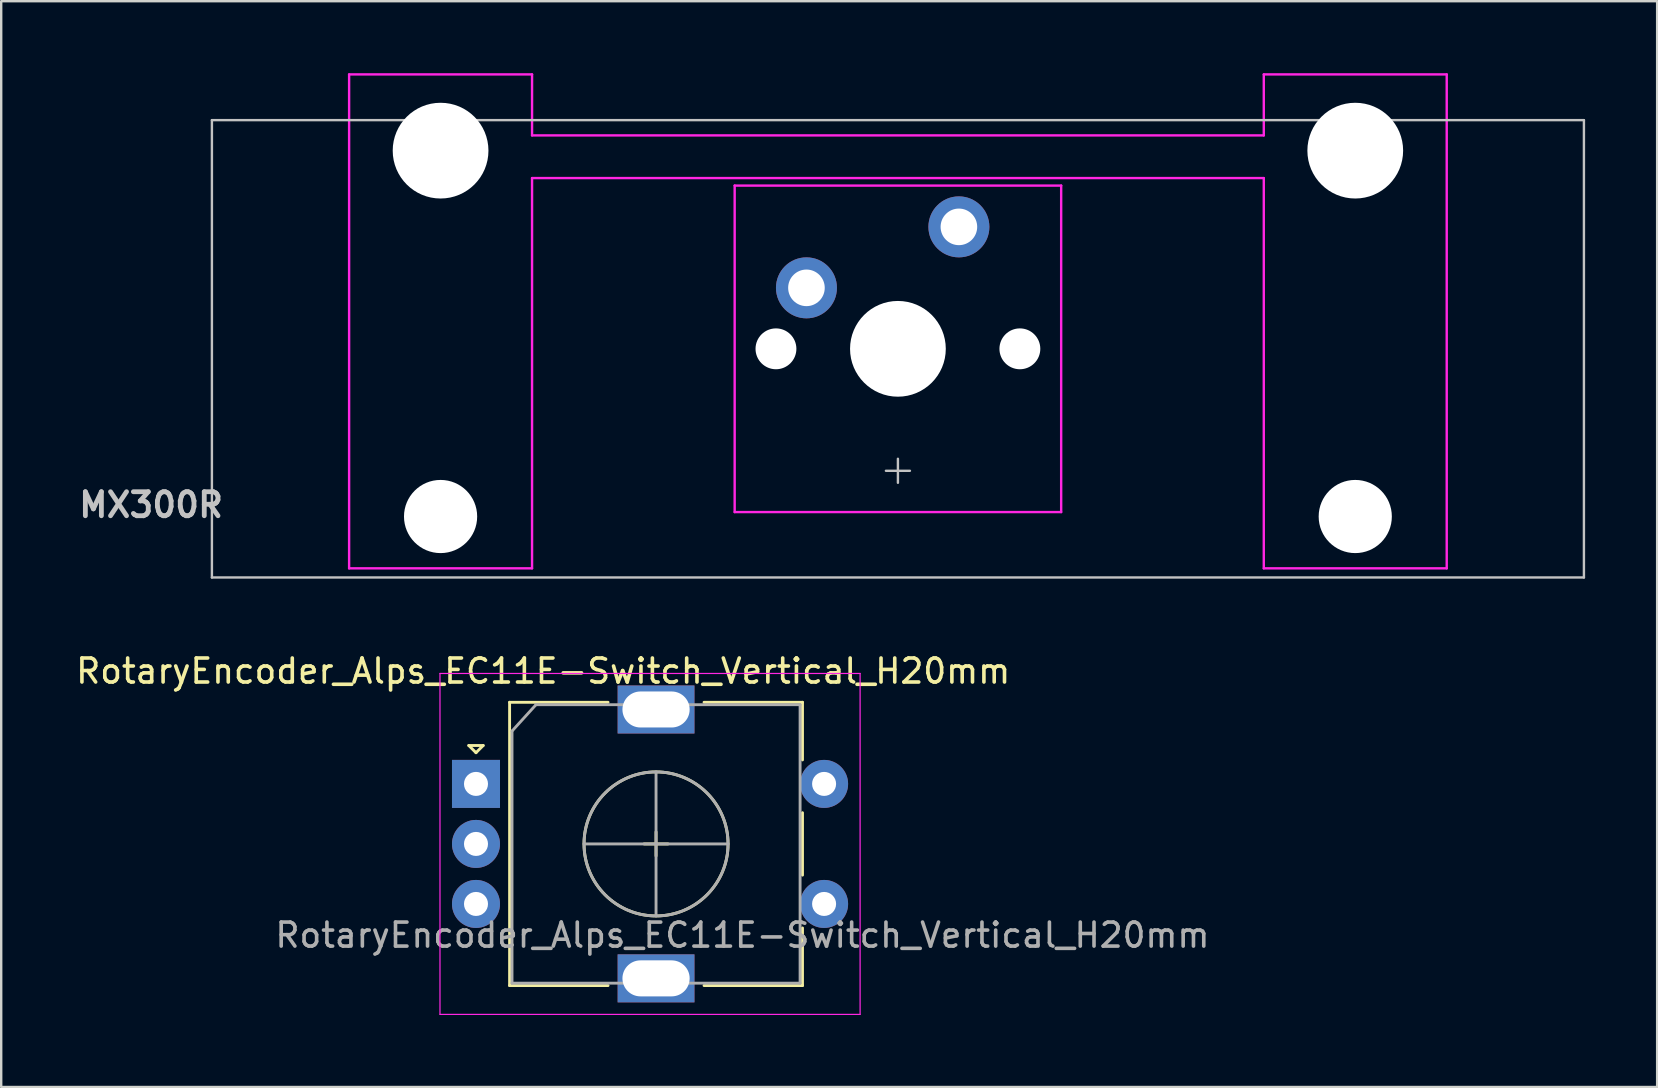
<source format=kicad_pcb>
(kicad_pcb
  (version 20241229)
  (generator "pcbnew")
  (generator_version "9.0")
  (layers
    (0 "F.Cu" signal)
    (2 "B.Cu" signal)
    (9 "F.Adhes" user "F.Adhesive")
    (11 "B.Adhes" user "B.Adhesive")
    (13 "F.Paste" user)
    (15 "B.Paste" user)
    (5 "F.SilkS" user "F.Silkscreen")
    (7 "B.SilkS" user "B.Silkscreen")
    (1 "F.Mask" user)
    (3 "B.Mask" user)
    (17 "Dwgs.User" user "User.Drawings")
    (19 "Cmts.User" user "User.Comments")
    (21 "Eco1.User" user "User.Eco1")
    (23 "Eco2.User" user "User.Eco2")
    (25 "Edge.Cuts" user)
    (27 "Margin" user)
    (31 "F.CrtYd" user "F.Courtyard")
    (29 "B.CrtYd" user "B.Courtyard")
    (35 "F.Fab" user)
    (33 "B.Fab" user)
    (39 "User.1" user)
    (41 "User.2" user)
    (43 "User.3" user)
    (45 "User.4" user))
  (footprint "MX300R"
    (layer "F.Cu")
    (at 34.352 11.48)
    (property "Reference" "MX300R" (at -28 6.5 0) (layer "Dwgs.User") (effects (font (size 1 1) (thickness 0.2)) (justify right)))
    (attr through_hole)
    (fp_line (start -28.575 -9.525) (end -28.575 9.525) (stroke (width 0.1) (type solid)) (layer "Dwgs.User"))
    (fp_line (start 0 5.58) (end 0 4.58) (stroke (width 0.1) (type solid)) (layer "Dwgs.User"))
    (fp_line (start 0.5 5.08) (end -0.5 5.08) (stroke (width 0.1) (type solid)) (layer "Dwgs.User"))
    (fp_line (start 28.575 -9.525) (end -28.575 -9.525) (stroke (width 0.1) (type solid)) (layer "Dwgs.User"))
    (fp_line (start 28.575 -9.525) (end 28.575 9.525) (stroke (width 0.1) (type solid)) (layer "Dwgs.User"))
    (fp_line (start 28.575 9.525) (end -28.575 9.525) (stroke (width 0.1) (type solid)) (layer "Dwgs.User"))
    (fp_line (start -22.55 5.485) (end -22.55 -8.515) (stroke (width 0.1) (type solid)) (layer "Eco1.User"))
    (fp_line (start -22.05 5.985) (end -16.05 5.985) (stroke (width 0.1) (type solid)) (layer "Eco1.User"))
    (fp_line (start -16.05 -9.015) (end -22.05 -9.015) (stroke (width 0.1) (type solid)) (layer "Eco1.User"))
    (fp_line (start -15.55 -8.515) (end -15.55 5.485) (stroke (width 0.1) (type solid)) (layer "Eco1.User"))
    (fp_line (start -7 6.5) (end -7 -6.5) (stroke (width 0.1) (type solid)) (layer "Eco1.User"))
    (fp_line (start -6.5 -7) (end 6.5 -7) (stroke (width 0.1) (type solid)) (layer "Eco1.User"))
    (fp_line (start 6.5 7) (end -6.5 7) (stroke (width 0.1) (type solid)) (layer "Eco1.User"))
    (fp_line (start 7 -6.5) (end 7 6.5) (stroke (width 0.1) (type solid)) (layer "Eco1.User"))
    (fp_line (start 15.55 5.485) (end 15.55 -8.515) (stroke (width 0.1) (type solid)) (layer "Eco1.User"))
    (fp_line (start 16.05 5.985) (end 22.05 5.985) (stroke (width 0.1) (type solid)) (layer "Eco1.User"))
    (fp_line (start 22.05 -9.015) (end 16.05 -9.015) (stroke (width 0.1) (type solid)) (layer "Eco1.User"))
    (fp_line (start 22.55 -8.515) (end 22.55 5.485) (stroke (width 0.1) (type solid)) (layer "Eco1.User"))
    (fp_arc (start -22.55 -8.515) (mid -22.403553 -8.868553) (end -22.05 -9.015) (stroke (width 0.1) (type solid)) (layer "Eco1.User"))
    (fp_arc (start -22.05 5.985) (mid -22.403553 5.838553) (end -22.55 5.485) (stroke (width 0.1) (type solid)) (layer "Eco1.User"))
    (fp_arc (start -16.05 -9.015) (mid -15.696447 -8.868553) (end -15.55 -8.515) (stroke (width 0.1) (type solid)) (layer "Eco1.User"))
    (fp_arc (start -15.55 5.485) (mid -15.696447 5.838553) (end -16.05 5.985) (stroke (width 0.1) (type solid)) (layer "Eco1.User"))
    (fp_arc (start -7 -6.5) (mid -6.853553 -6.853553) (end -6.5 -7) (stroke (width 0.1) (type solid)) (layer "Eco1.User"))
    (fp_arc (start -6.5 7) (mid -6.853553 6.853553) (end -7 6.5) (stroke (width 0.1) (type solid)) (layer "Eco1.User"))
    (fp_arc (start 6.5 -7) (mid 6.853553 -6.853553) (end 7 -6.5) (stroke (width 0.1) (type solid)) (layer "Eco1.User"))
    (fp_arc (start 7 6.5) (mid 6.853553 6.853553) (end 6.5 7) (stroke (width 0.1) (type solid)) (layer "Eco1.User"))
    (fp_arc (start 15.55 -8.515) (mid 15.696447 -8.868553) (end 16.05 -9.015) (stroke (width 0.1) (type solid)) (layer "Eco1.User"))
    (fp_arc (start 16.05 5.985) (mid 15.696447 5.838553) (end 15.55 5.485) (stroke (width 0.1) (type solid)) (layer "Eco1.User"))
    (fp_arc (start 22.05 -9.015) (mid 22.403553 -8.868553) (end 22.55 -8.515) (stroke (width 0.1) (type solid)) (layer "Eco1.User"))
    (fp_arc (start 22.55 5.485) (mid 22.403553 5.838553) (end 22.05 5.985) (stroke (width 0.1) (type solid)) (layer "Eco1.User"))
    (fp_line (start -22.86 -11.43) (end -22.86 9.144) (stroke (width 0.1) (type solid)) (layer "F.CrtYd"))
    (fp_line (start -22.86 9.144) (end -15.24 9.144) (stroke (width 0.1) (type solid)) (layer "F.CrtYd"))
    (fp_line (start -15.24 -11.43) (end -22.86 -11.43) (stroke (width 0.1) (type solid)) (layer "F.CrtYd"))
    (fp_line (start -15.24 -11.43) (end -15.24 -8.89) (stroke (width 0.1) (type solid)) (layer "F.CrtYd"))
    (fp_line (start -15.24 -8.89) (end 15.24 -8.89) (stroke (width 0.1) (type solid)) (layer "F.CrtYd"))
    (fp_line (start -15.24 -7.112) (end 15.24 -7.112) (stroke (width 0.1) (type solid)) (layer "F.CrtYd"))
    (fp_line (start -15.24 9.144) (end -15.24 -7.112) (stroke (width 0.1) (type solid)) (layer "F.CrtYd"))
    (fp_line (start -6.8 -6.8) (end 6.8 -6.8) (stroke (width 0.1) (type solid)) (layer "F.CrtYd"))
    (fp_line (start -6.8 6.8) (end -6.8 -6.8) (stroke (width 0.1) (type solid)) (layer "F.CrtYd"))
    (fp_line (start -6.8 6.8) (end 6.8 6.8) (stroke (width 0.1) (type solid)) (layer "F.CrtYd"))
    (fp_line (start 6.8 6.8) (end 6.8 -6.8) (stroke (width 0.1) (type solid)) (layer "F.CrtYd"))
    (fp_line (start 15.24 -11.43) (end 15.24 -8.89) (stroke (width 0.1) (type solid)) (layer "F.CrtYd"))
    (fp_line (start 15.24 9.144) (end 15.24 -7.112) (stroke (width 0.1) (type solid)) (layer "F.CrtYd"))
    (fp_line (start 15.24 9.144) (end 22.86 9.144) (stroke (width 0.1) (type solid)) (layer "F.CrtYd"))
    (fp_line (start 22.86 -11.43) (end 15.24 -11.43) (stroke (width 0.1) (type solid)) (layer "F.CrtYd"))
    (fp_line (start 22.86 9.144) (end 22.86 -11.43) (stroke (width 0.1) (type solid)) (layer "F.CrtYd"))
    (pad "" np_thru_hole circle (at -19.05 -8.255 180) (size 3.988 3.988) (drill 3.988) (layers "*.Cu" "*.Mask"))
    (pad "" np_thru_hole circle (at -19.05 6.985 180) (size 3.048 3.048) (drill 3.048) (layers "*.Cu" "*.Mask"))
    (pad "" np_thru_hole circle (at -5.08 0) (size 1.702 1.702) (drill 1.702) (layers "*.Cu" "*.Mask"))
    (pad "" np_thru_hole circle (at 0 0 180) (size 3.988 3.988) (drill 3.988) (layers "*.Cu" "*.Mask"))
    (pad "" np_thru_hole circle (at 5.08 0) (size 1.702 1.702) (drill 1.702) (layers "*.Cu" "*.Mask"))
    (pad "" np_thru_hole circle (at 19.05 -8.255 180) (size 3.988 3.988) (drill 3.988) (layers "*.Cu" "*.Mask"))
    (pad "" np_thru_hole circle (at 19.05 6.985 180) (size 3.048 3.048) (drill 3.048) (layers "*.Cu" "*.Mask"))
    (pad "1" thru_hole circle (at 2.54 -5.08) (size 2.54 2.54) (drill 1.524) (layers "*.Cu" "*.Mask"))
    (pad "2" thru_hole circle (at -3.81 -2.54) (size 2.54 2.54) (drill 1.524) (layers "*.Cu" "*.Mask")))
  (footprint "RotaryEncoder_Alps_EC11E-Switch_Vertical_H20mm"
    (layer "F.Cu")
    (at 16.777 29.603)
    (property "Reference" "RotaryEncoder_Alps_EC11E-Switch_Vertical_H20mm" (at 2.8 -4.7 180) (layer "F.SilkS") (effects (font (size 1 1) (thickness 0.15))))
    (attr through_hole)
    (fp_line (start -0.3 -1.6) (end 0.3 -1.6) (stroke (width 0.12) (type solid)) (layer "F.SilkS"))
    (fp_line (start 0 -1.3) (end -0.3 -1.6) (stroke (width 0.12) (type solid)) (layer "F.SilkS"))
    (fp_line (start 0.3 -1.6) (end 0 -1.3) (stroke (width 0.12) (type solid)) (layer "F.SilkS"))
    (fp_line (start 1.4 -3.4) (end 1.4 8.4) (stroke (width 0.12) (type solid)) (layer "F.SilkS"))
    (fp_line (start 5.5 -3.4) (end 1.4 -3.4) (stroke (width 0.12) (type solid)) (layer "F.SilkS"))
    (fp_line (start 5.5 8.4) (end 1.4 8.4) (stroke (width 0.12) (type solid)) (layer "F.SilkS"))
    (fp_line (start 7 2.5) (end 8 2.5) (stroke (width 0.12) (type solid)) (layer "F.SilkS"))
    (fp_line (start 7.5 2) (end 7.5 3) (stroke (width 0.12) (type solid)) (layer "F.SilkS"))
    (fp_line (start 9.5 -3.4) (end 13.6 -3.4) (stroke (width 0.12) (type solid)) (layer "F.SilkS"))
    (fp_line (start 13.6 -3.4) (end 13.6 -1) (stroke (width 0.12) (type solid)) (layer "F.SilkS"))
    (fp_line (start 13.6 1.2) (end 13.6 3.8) (stroke (width 0.12) (type solid)) (layer "F.SilkS"))
    (fp_line (start 13.6 6) (end 13.6 8.4) (stroke (width 0.12) (type solid)) (layer "F.SilkS"))
    (fp_line (start 13.6 8.4) (end 9.5 8.4) (stroke (width 0.12) (type solid)) (layer "F.SilkS"))
    (fp_circle (center 7.5 2.5) (end 10.5 2.5) (stroke (width 0.12) (type solid)) (fill no) (layer "F.SilkS"))
    (fp_line (start -1.5 -4.6) (end -1.5 9.6) (stroke (width 0.05) (type solid)) (layer "F.CrtYd"))
    (fp_line (start -1.5 -4.6) (end 16 -4.6) (stroke (width 0.05) (type solid)) (layer "F.CrtYd"))
    (fp_line (start 16 9.6) (end -1.5 9.6) (stroke (width 0.05) (type solid)) (layer "F.CrtYd"))
    (fp_line (start 16 9.6) (end 16 -4.6) (stroke (width 0.05) (type solid)) (layer "F.CrtYd"))
    (fp_line (start 1.5 -2.2) (end 2.5 -3.3) (stroke (width 0.12) (type solid)) (layer "F.Fab"))
    (fp_line (start 1.5 8.3) (end 1.5 -2.2) (stroke (width 0.12) (type solid)) (layer "F.Fab"))
    (fp_line (start 2.5 -3.3) (end 13.5 -3.3) (stroke (width 0.12) (type solid)) (layer "F.Fab"))
    (fp_line (start 4.5 2.5) (end 10.5 2.5) (stroke (width 0.12) (type solid)) (layer "F.Fab"))
    (fp_line (start 7.5 -0.5) (end 7.5 5.5) (stroke (width 0.12) (type solid)) (layer "F.Fab"))
    (fp_line (start 13.5 -3.3) (end 13.5 8.3) (stroke (width 0.12) (type solid)) (layer "F.Fab"))
    (fp_line (start 13.5 8.3) (end 1.5 8.3) (stroke (width 0.12) (type solid)) (layer "F.Fab"))
    (fp_circle (center 7.5 2.5) (end 10.5 2.5) (stroke (width 0.12) (type solid)) (fill no) (layer "F.Fab"))
    (fp_text user "${REFERENCE}" (at 11.1 6.3 180) (layer "F.Fab") (effects (font (size 1 1) (thickness 0.15))))
    (pad "A" thru_hole rect (at 0 0) (size 2 2) (drill 1) (layers "*.Cu" "*.Mask"))
    (pad "B" thru_hole circle (at 0 5) (size 2 2) (drill 1) (layers "*.Cu" "*.Mask"))
    (pad "C" thru_hole circle (at 0 2.5) (size 2 2) (drill 1) (layers "*.Cu" "*.Mask"))
    (pad "MP" thru_hole rect (at 7.5 -3.1) (size 3.2 2) (drill oval 2.8 1.5) (layers "*.Cu" "*.Mask"))
    (pad "MP" thru_hole rect (at 7.5 8.1) (size 3.2 2) (drill oval 2.8 1.5) (layers "*.Cu" "*.Mask"))
    (pad "S1" thru_hole circle (at 14.5 5) (size 2 2) (drill 1) (layers "*.Cu" "*.Mask"))
    (pad "S2" thru_hole circle (at 14.5 0) (size 2 2) (drill 1) (layers "*.Cu" "*.Mask")))
  (gr_rect
    (start -3 -3)
    (end 65.977 42.228)
    (stroke (width 0.1) (type default))
    (fill no)
    (layer "Edge.Cuts")))
</source>
